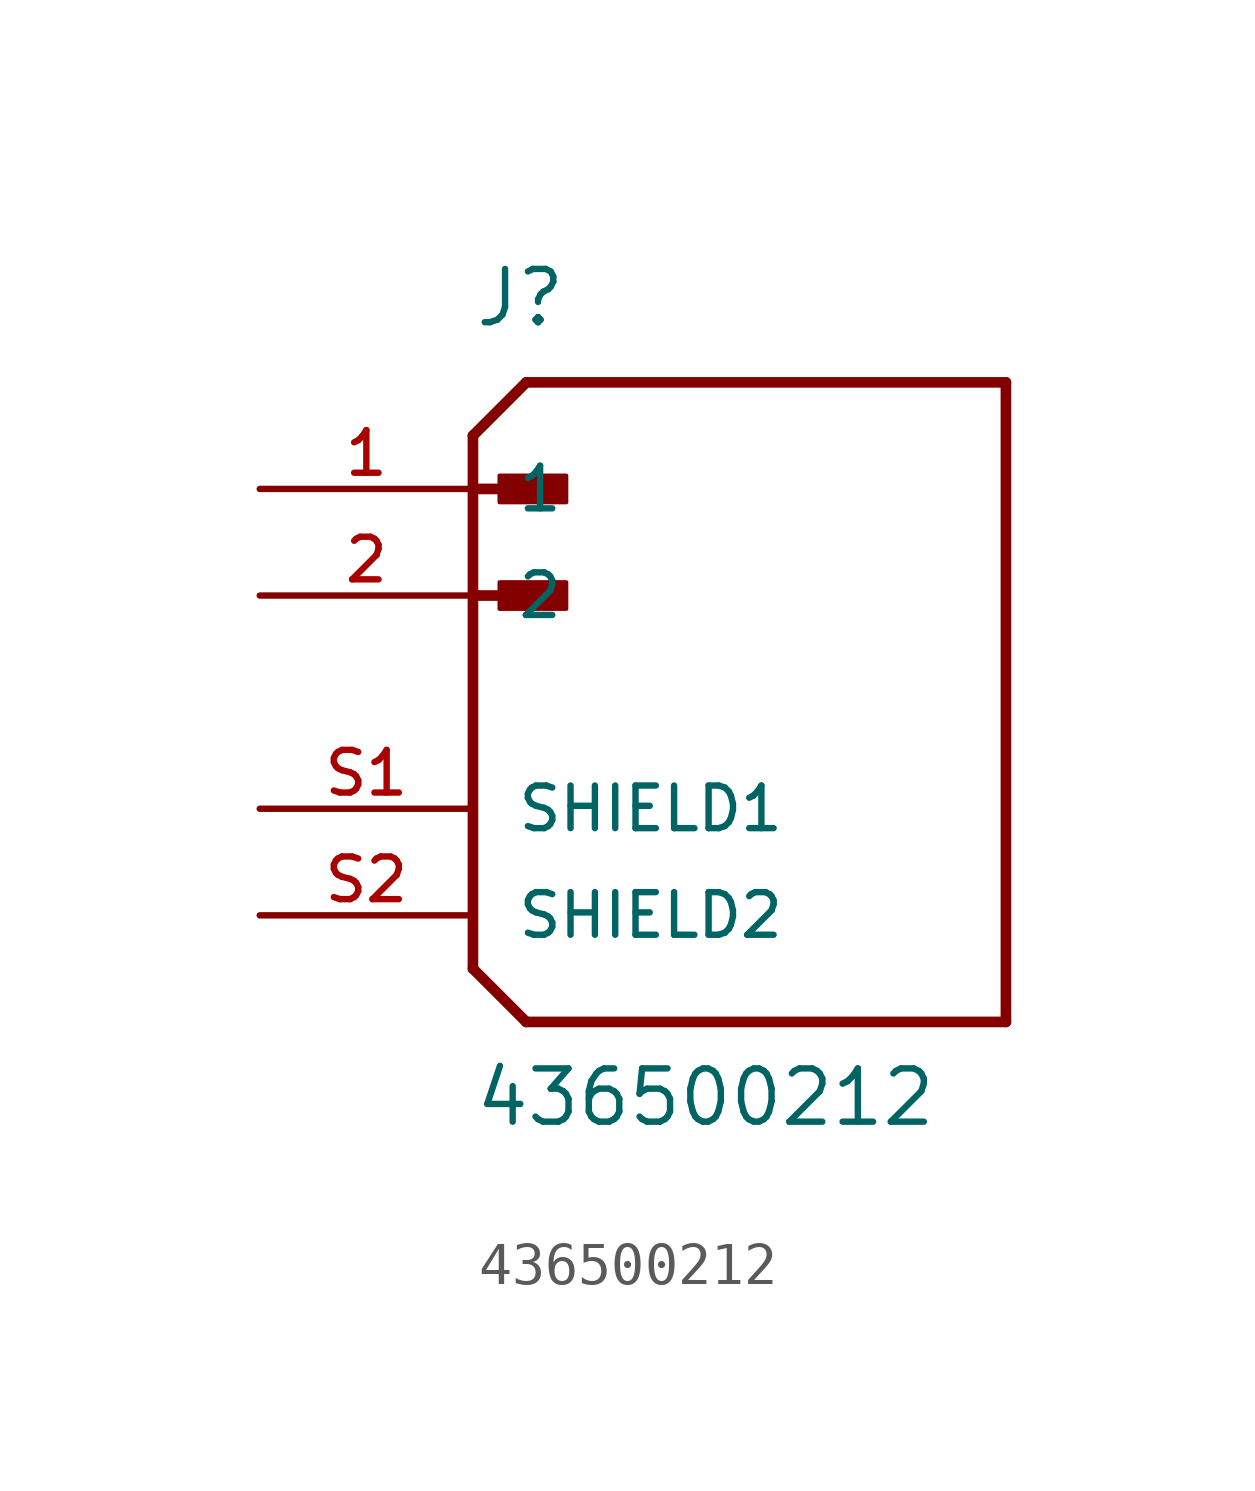
<source format=kicad_sym>
(kicad_symbol_lib
  (version 20211014)
  (generator kicad_symbol_editor)
  (symbol "436500212"
    (pin_names
      (offset 1.016))
    (property "Reference" "J"
      (at 0.0 8.89 0)
      (effects (font (size 1.27 1.27)) (justify bottom left)))
    (property "Value" "436500212"
      (at 0.0 -10.16 0)
      (effects (font (size 1.27 1.27)) (justify bottom left)))
    (symbol "436500212_0_0"
      (polyline (pts (xy 0.0 6.35) (xy 1.27 7.62)) (stroke (width 0.254)))
      (polyline (pts (xy 0.0 6.35) (xy 0.0 5.08)) (stroke (width 0.254)))
      (polyline (pts (xy 0.0 5.08) (xy 0.0 -6.35)) (stroke (width 0.254)))
      (polyline (pts (xy 0.0 -6.35) (xy 1.27 -7.62)) (stroke (width 0.254)))
      (polyline (pts (xy 1.27 -7.62) (xy 12.7 -7.62)) (stroke (width 0.254)))
      (polyline (pts (xy 12.7 -7.62) (xy 12.7 7.62)) (stroke (width 0.254)))
      (polyline (pts (xy 12.7 7.62) (xy 1.27 7.62)) (stroke (width 0.254)))
      (polyline (pts (xy 0.0 5.08) (xy 1.905 5.08)) (stroke (width 0.254)))
      (rectangle (start 0.635 4.763) (end 2.223 5.397) (stroke (width 0.1)) (fill (type outline)))
      (polyline (pts (xy 0.0 2.54) (xy 1.905 2.54)) (stroke (width 0.254)))
      (rectangle (start 0.635 2.223) (end 2.223 2.857) (stroke (width 0.1)) (fill (type outline)))
      (pin passive line (at -5.08 5.08 0) (length 5.08) (name "1" (effects (font (size 1.016 1.016)))) (number "1" (effects (font (size 1.016 1.016)))))
      (pin passive line (at -5.08 2.54 0) (length 5.08) (name "2" (effects (font (size 1.016 1.016)))) (number "2" (effects (font (size 1.016 1.016)))))
      (pin passive line (at -5.08 -2.54 0) (length 5.08) (name "SHIELD1" (effects (font (size 1.016 1.016)))) (number "S1" (effects (font (size 1.016 1.016)))))
      (pin passive line (at -5.08 -5.08 0) (length 5.08) (name "SHIELD2" (effects (font (size 1.016 1.016)))) (number "S2" (effects (font (size 1.016 1.016))))))))
</source>
